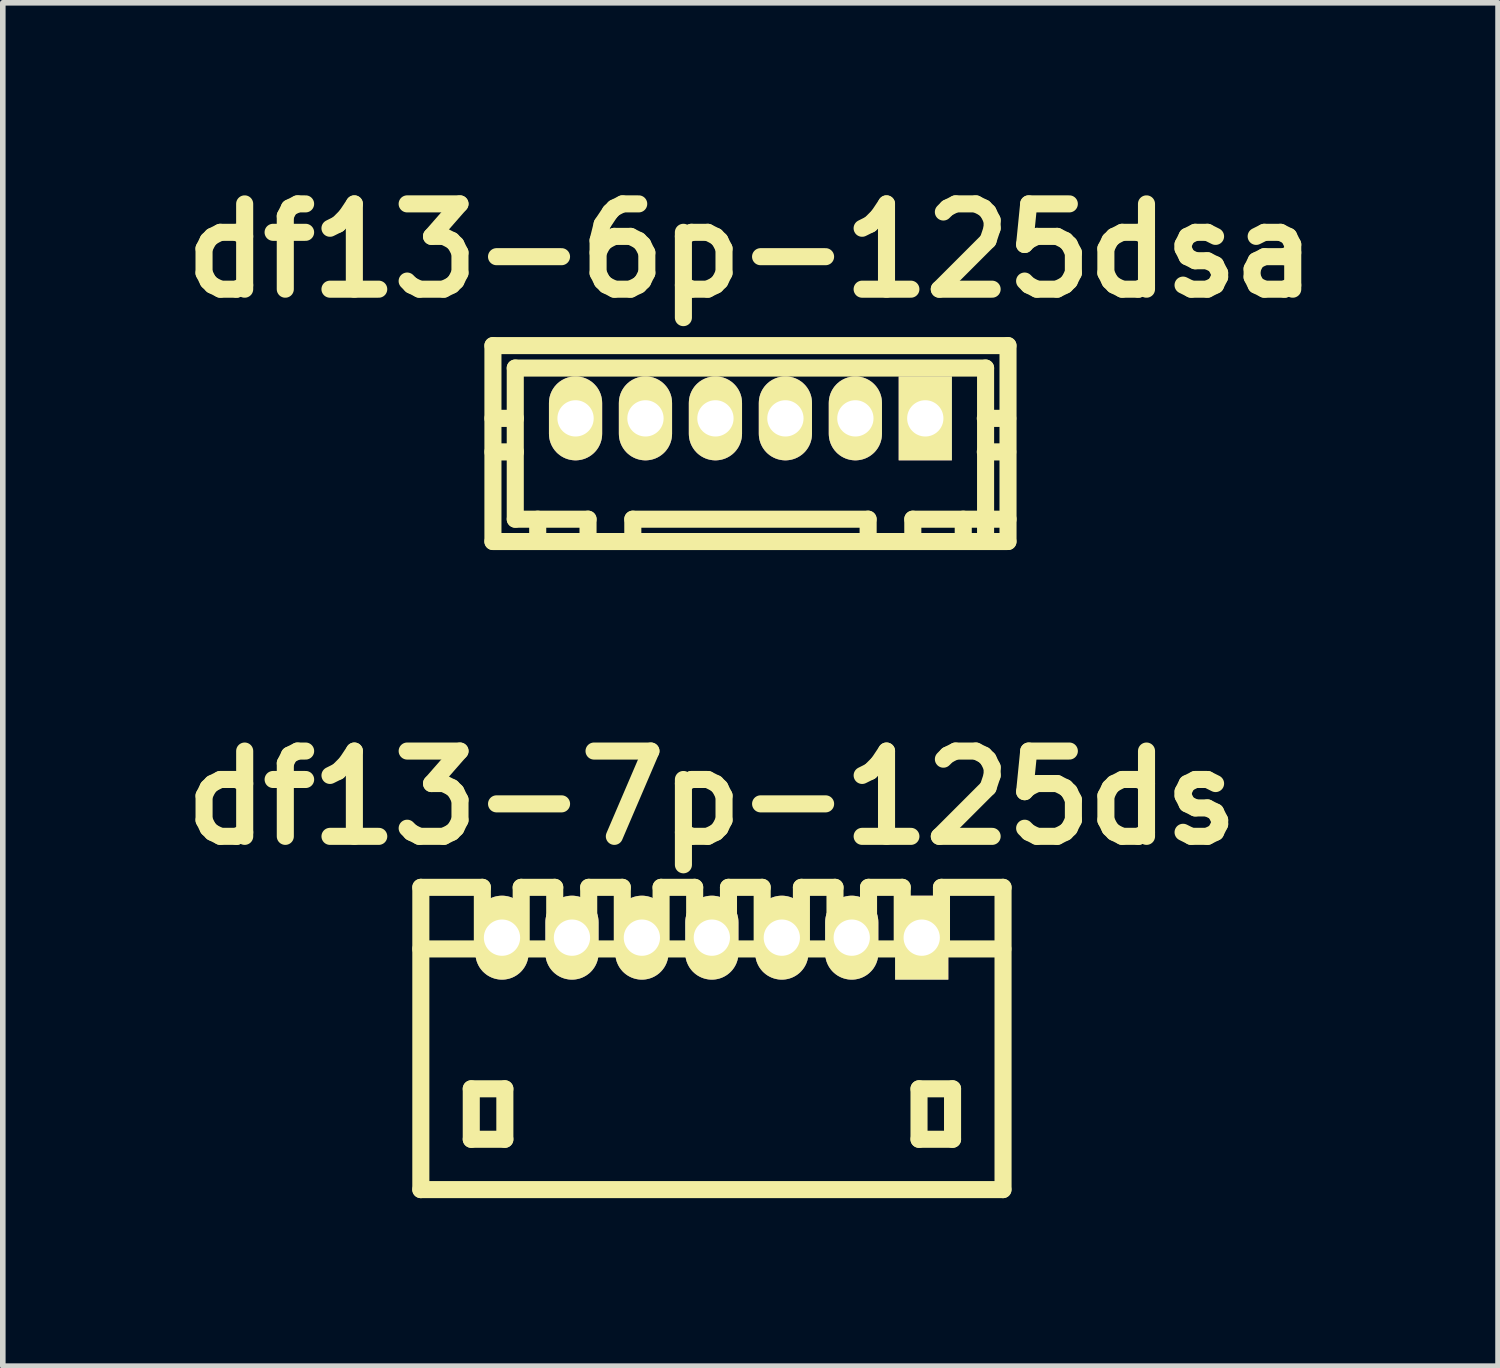
<source format=kicad_pcb>
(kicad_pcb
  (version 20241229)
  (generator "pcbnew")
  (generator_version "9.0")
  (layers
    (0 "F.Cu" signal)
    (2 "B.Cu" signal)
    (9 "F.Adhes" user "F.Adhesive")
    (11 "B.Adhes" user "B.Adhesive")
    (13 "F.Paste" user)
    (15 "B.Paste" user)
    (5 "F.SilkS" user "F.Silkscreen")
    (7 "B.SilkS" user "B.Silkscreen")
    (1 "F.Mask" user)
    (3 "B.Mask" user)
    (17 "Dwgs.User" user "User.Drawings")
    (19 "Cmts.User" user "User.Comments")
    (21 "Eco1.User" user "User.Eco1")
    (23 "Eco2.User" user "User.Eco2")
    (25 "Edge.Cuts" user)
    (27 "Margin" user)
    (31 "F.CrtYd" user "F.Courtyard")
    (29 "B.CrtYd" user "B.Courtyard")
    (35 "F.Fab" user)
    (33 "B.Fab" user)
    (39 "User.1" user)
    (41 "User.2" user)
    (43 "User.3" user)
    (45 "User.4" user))
  (footprint "df13-6p-125dsa"
    (layer "F.Cu")
    (at 10.356 4.424)
    (property "Reference" "df13-6p-125dsa" (at 0 -2.997 0) (layer "F.SilkS") (effects (font (size 1.524 1.524) (thickness 0.305))))
    (attr through_hole)
    (fp_line (start -4.6 2.2) (end -4.6 -1.3) (stroke (width 0.305) (type solid)) (layer "F.SilkS"))
    (fp_line (start -4.201 -0.899) (end -4.201 1.801) (stroke (width 0.305) (type solid)) (layer "F.SilkS"))
    (fp_line (start -4.201 -0.899) (end 4.201 -0.899) (stroke (width 0.305) (type solid)) (layer "F.SilkS"))
    (fp_line (start -4.199 0) (end -4.6 0) (stroke (width 0.305) (type solid)) (layer "F.SilkS"))
    (fp_line (start -4.199 0.599) (end -4.6 0.599) (stroke (width 0.305) (type solid)) (layer "F.SilkS"))
    (fp_line (start -3.8 1.801) (end -3.8 2.2) (stroke (width 0.305) (type solid)) (layer "F.SilkS"))
    (fp_line (start -3.2 -0.099) (end -3 -0.099) (stroke (width 0.305) (type solid)) (layer "F.SilkS"))
    (fp_line (start -3.2 0.099) (end -3.2 -0.099) (stroke (width 0.305) (type solid)) (layer "F.SilkS"))
    (fp_line (start -3 -0.099) (end -3 0.099) (stroke (width 0.305) (type solid)) (layer "F.SilkS"))
    (fp_line (start -3 0.099) (end -3.2 0.099) (stroke (width 0.305) (type solid)) (layer "F.SilkS"))
    (fp_line (start -2.901 1.801) (end -4.201 1.801) (stroke (width 0.305) (type solid)) (layer "F.SilkS"))
    (fp_line (start -2.901 1.801) (end -2.901 2.2) (stroke (width 0.305) (type solid)) (layer "F.SilkS"))
    (fp_line (start -2.101 2.2) (end -2.101 1.801) (stroke (width 0.305) (type solid)) (layer "F.SilkS"))
    (fp_line (start -1.999 -0.099) (end -1.801 -0.099) (stroke (width 0.305) (type solid)) (layer "F.SilkS"))
    (fp_line (start -1.999 0.099) (end -1.999 -0.099) (stroke (width 0.305) (type solid)) (layer "F.SilkS"))
    (fp_line (start -1.801 -0.099) (end -1.801 0.099) (stroke (width 0.305) (type solid)) (layer "F.SilkS"))
    (fp_line (start -1.801 0.099) (end -1.999 0.099) (stroke (width 0.305) (type solid)) (layer "F.SilkS"))
    (fp_line (start -0.701 -0.099) (end -0.701 0.099) (stroke (width 0.305) (type solid)) (layer "F.SilkS"))
    (fp_line (start -0.701 0.099) (end -0.5 0.099) (stroke (width 0.305) (type solid)) (layer "F.SilkS"))
    (fp_line (start -0.5 -0.099) (end -0.701 -0.099) (stroke (width 0.305) (type solid)) (layer "F.SilkS"))
    (fp_line (start -0.5 0.099) (end -0.5 -0.099) (stroke (width 0.305) (type solid)) (layer "F.SilkS"))
    (fp_line (start 0.5 -0.099) (end 0.701 -0.099) (stroke (width 0.305) (type solid)) (layer "F.SilkS"))
    (fp_line (start 0.5 0.099) (end 0.5 -0.099) (stroke (width 0.305) (type solid)) (layer "F.SilkS"))
    (fp_line (start 0.701 -0.099) (end 0.701 0.099) (stroke (width 0.305) (type solid)) (layer "F.SilkS"))
    (fp_line (start 0.701 0.099) (end 0.5 0.099) (stroke (width 0.305) (type solid)) (layer "F.SilkS"))
    (fp_line (start 1.801 -0.099) (end 1.801 0.099) (stroke (width 0.305) (type solid)) (layer "F.SilkS"))
    (fp_line (start 1.801 0.099) (end 1.999 0.099) (stroke (width 0.305) (type solid)) (layer "F.SilkS"))
    (fp_line (start 1.999 -0.099) (end 1.801 -0.099) (stroke (width 0.305) (type solid)) (layer "F.SilkS"))
    (fp_line (start 1.999 0.099) (end 1.999 -0.099) (stroke (width 0.305) (type solid)) (layer "F.SilkS"))
    (fp_line (start 2.101 1.801) (end -2.101 1.801) (stroke (width 0.305) (type solid)) (layer "F.SilkS"))
    (fp_line (start 2.103 2.2) (end 2.103 1.801) (stroke (width 0.305) (type solid)) (layer "F.SilkS"))
    (fp_line (start 2.901 1.801) (end 2.901 2.2) (stroke (width 0.305) (type solid)) (layer "F.SilkS"))
    (fp_line (start 2.901 1.801) (end 4.602 1.801) (stroke (width 0.305) (type solid)) (layer "F.SilkS"))
    (fp_line (start 3 -0.099) (end 3.2 -0.099) (stroke (width 0.305) (type solid)) (layer "F.SilkS"))
    (fp_line (start 3 0.099) (end 3 -0.099) (stroke (width 0.305) (type solid)) (layer "F.SilkS"))
    (fp_line (start 3.2 -0.099) (end 3.2 0.099) (stroke (width 0.305) (type solid)) (layer "F.SilkS"))
    (fp_line (start 3.2 0.099) (end 3 0.099) (stroke (width 0.305) (type solid)) (layer "F.SilkS"))
    (fp_line (start 3.802 1.801) (end 3.802 2.2) (stroke (width 0.305) (type solid)) (layer "F.SilkS"))
    (fp_line (start 4.196 0) (end 4.597 0) (stroke (width 0.305) (type solid)) (layer "F.SilkS"))
    (fp_line (start 4.201 -0.899) (end 4.201 2.2) (stroke (width 0.305) (type solid)) (layer "F.SilkS"))
    (fp_line (start 4.597 0.599) (end 4.196 0.599) (stroke (width 0.305) (type solid)) (layer "F.SilkS"))
    (fp_line (start 4.6 -1.3) (end -4.6 -1.3) (stroke (width 0.305) (type solid)) (layer "F.SilkS"))
    (fp_line (start 4.6 2.2) (end -4.6 2.2) (stroke (width 0.305) (type solid)) (layer "F.SilkS"))
    (fp_line (start 4.602 -1.3) (end 4.602 2.2) (stroke (width 0.305) (type solid)) (layer "F.SilkS"))
    (pad "1" thru_hole rect (at 3.124 0) (size 0.95 1.499) (drill 0.648) (layers "*.Cu" "*.Mask" "F.SilkS"))
    (pad "2" thru_hole oval (at 1.875 0) (size 0.95 1.499) (drill 0.648) (layers "*.Cu" "*.Mask" "F.SilkS"))
    (pad "3" thru_hole oval (at 0.625 0) (size 0.95 1.499) (drill 0.648) (layers "*.Cu" "*.Mask" "F.SilkS"))
    (pad "4" thru_hole oval (at -0.625 0) (size 0.95 1.499) (drill 0.648) (layers "*.Cu" "*.Mask" "F.SilkS"))
    (pad "5" thru_hole oval (at -1.875 0) (size 0.95 1.499) (drill 0.648) (layers "*.Cu" "*.Mask" "F.SilkS"))
    (pad "6" thru_hole oval (at -3.124 0) (size 0.95 1.499) (drill 0.648) (layers "*.Cu" "*.Mask" "F.SilkS")))
  (footprint "df13-7p-125ds"
    (layer "F.Cu")
    (at 9.667 15.502)
    (property "Reference" "df13-7p-125ds" (at 0 -4.3 0) (layer "F.SilkS") (effects (font (size 1.524 1.524) (thickness 0.305))))
    (attr through_hole)
    (fp_line (start -5.199 2.7) (end -5.199 -2.7) (stroke (width 0.305) (type solid)) (layer "F.SilkS"))
    (fp_line (start -5.199 2.7) (end 5.199 2.7) (stroke (width 0.305) (type solid)) (layer "F.SilkS"))
    (fp_line (start -4.298 0.899) (end -4.298 1.801) (stroke (width 0.305) (type solid)) (layer "F.SilkS"))
    (fp_line (start -4.298 1.801) (end -3.698 1.801) (stroke (width 0.305) (type solid)) (layer "F.SilkS"))
    (fp_line (start -4.1 -2.7) (end -5.199 -2.7) (stroke (width 0.305) (type solid)) (layer "F.SilkS"))
    (fp_line (start -4.1 -1.6) (end -4.1 -2.7) (stroke (width 0.305) (type solid)) (layer "F.SilkS"))
    (fp_line (start -3.698 0.899) (end -4.298 0.899) (stroke (width 0.305) (type solid)) (layer "F.SilkS"))
    (fp_line (start -3.698 1.801) (end -3.698 0.899) (stroke (width 0.305) (type solid)) (layer "F.SilkS"))
    (fp_line (start -3.406 -1.6) (end -3.406 -2.7) (stroke (width 0.305) (type solid)) (layer "F.SilkS"))
    (fp_line (start -2.807 -2.7) (end -3.406 -2.7) (stroke (width 0.305) (type solid)) (layer "F.SilkS"))
    (fp_line (start -2.807 -1.6) (end -2.807 -2.7) (stroke (width 0.305) (type solid)) (layer "F.SilkS"))
    (fp_line (start -2.2 -2.7) (end -1.6 -2.7) (stroke (width 0.305) (type solid)) (layer "F.SilkS"))
    (fp_line (start -2.2 -1.6) (end -2.2 -2.7) (stroke (width 0.305) (type solid)) (layer "F.SilkS"))
    (fp_line (start -1.6 -2.7) (end -1.6 -1.6) (stroke (width 0.305) (type solid)) (layer "F.SilkS"))
    (fp_line (start -0.907 -2.7) (end -0.307 -2.7) (stroke (width 0.305) (type solid)) (layer "F.SilkS"))
    (fp_line (start -0.907 -1.6) (end -0.907 -2.7) (stroke (width 0.305) (type solid)) (layer "F.SilkS"))
    (fp_line (start -0.307 -2.7) (end -0.307 -1.6) (stroke (width 0.305) (type solid)) (layer "F.SilkS"))
    (fp_line (start 0.297 -2.7) (end 0.899 -2.7) (stroke (width 0.305) (type solid)) (layer "F.SilkS"))
    (fp_line (start 0.297 -1.6) (end 0.297 -2.7) (stroke (width 0.305) (type solid)) (layer "F.SilkS"))
    (fp_line (start 0.899 -2.7) (end 0.899 -1.6) (stroke (width 0.305) (type solid)) (layer "F.SilkS"))
    (fp_line (start 1.6 -2.7) (end 2.2 -2.7) (stroke (width 0.305) (type solid)) (layer "F.SilkS"))
    (fp_line (start 1.6 -1.6) (end 1.6 -2.7) (stroke (width 0.305) (type solid)) (layer "F.SilkS"))
    (fp_line (start 2.2 -2.7) (end 2.2 -1.6) (stroke (width 0.305) (type solid)) (layer "F.SilkS"))
    (fp_line (start 2.799 -2.7) (end 3.401 -2.7) (stroke (width 0.305) (type solid)) (layer "F.SilkS"))
    (fp_line (start 2.799 -1.6) (end 2.799 -2.7) (stroke (width 0.305) (type solid)) (layer "F.SilkS"))
    (fp_line (start 3.401 -2.7) (end 3.401 -1.6) (stroke (width 0.305) (type solid)) (layer "F.SilkS"))
    (fp_line (start 3.701 0.899) (end 4.3 0.899) (stroke (width 0.305) (type solid)) (layer "F.SilkS"))
    (fp_line (start 3.701 1.801) (end 3.701 0.899) (stroke (width 0.305) (type solid)) (layer "F.SilkS"))
    (fp_line (start 4.102 -1.6) (end 4.102 -2.7) (stroke (width 0.305) (type solid)) (layer "F.SilkS"))
    (fp_line (start 4.3 0.899) (end 4.3 1.801) (stroke (width 0.305) (type solid)) (layer "F.SilkS"))
    (fp_line (start 4.3 1.801) (end 3.701 1.801) (stroke (width 0.305) (type solid)) (layer "F.SilkS"))
    (fp_line (start 5.199 -1.6) (end -5.199 -1.6) (stroke (width 0.305) (type solid)) (layer "F.SilkS"))
    (fp_line (start 5.202 -2.7) (end 4.102 -2.7) (stroke (width 0.305) (type solid)) (layer "F.SilkS"))
    (fp_line (start 5.202 2.7) (end 5.202 -2.7) (stroke (width 0.305) (type solid)) (layer "F.SilkS"))
    (pad "1" thru_hole rect (at 3.749 -1.801) (size 0.95 1.499) (drill 0.648) (layers "*.Cu" "*.Mask" "F.SilkS"))
    (pad "2" thru_hole oval (at 2.499 -1.801) (size 0.95 1.499) (drill 0.648) (layers "*.Cu" "*.Mask" "F.SilkS"))
    (pad "3" thru_hole oval (at 1.25 -1.801) (size 0.95 1.499) (drill 0.648) (layers "*.Cu" "*.Mask" "F.SilkS"))
    (pad "4" thru_hole oval (at 0 -1.801) (size 0.95 1.499) (drill 0.648) (layers "*.Cu" "*.Mask" "F.SilkS"))
    (pad "5" thru_hole oval (at -1.25 -1.801) (size 0.95 1.499) (drill 0.648) (layers "*.Cu" "*.Mask" "F.SilkS"))
    (pad "6" thru_hole oval (at -2.499 -1.801) (size 0.95 1.499) (drill 0.648) (layers "*.Cu" "*.Mask" "F.SilkS"))
    (pad "7" thru_hole oval (at -3.749 -1.801) (size 0.95 1.499) (drill 0.648) (layers "*.Cu" "*.Mask" "F.SilkS")))
  (gr_rect
    (start -3 -3)
    (end 23.712 21.355)
    (stroke (width 0.1) (type default))
    (fill no)
    (layer "Edge.Cuts")))
</source>
